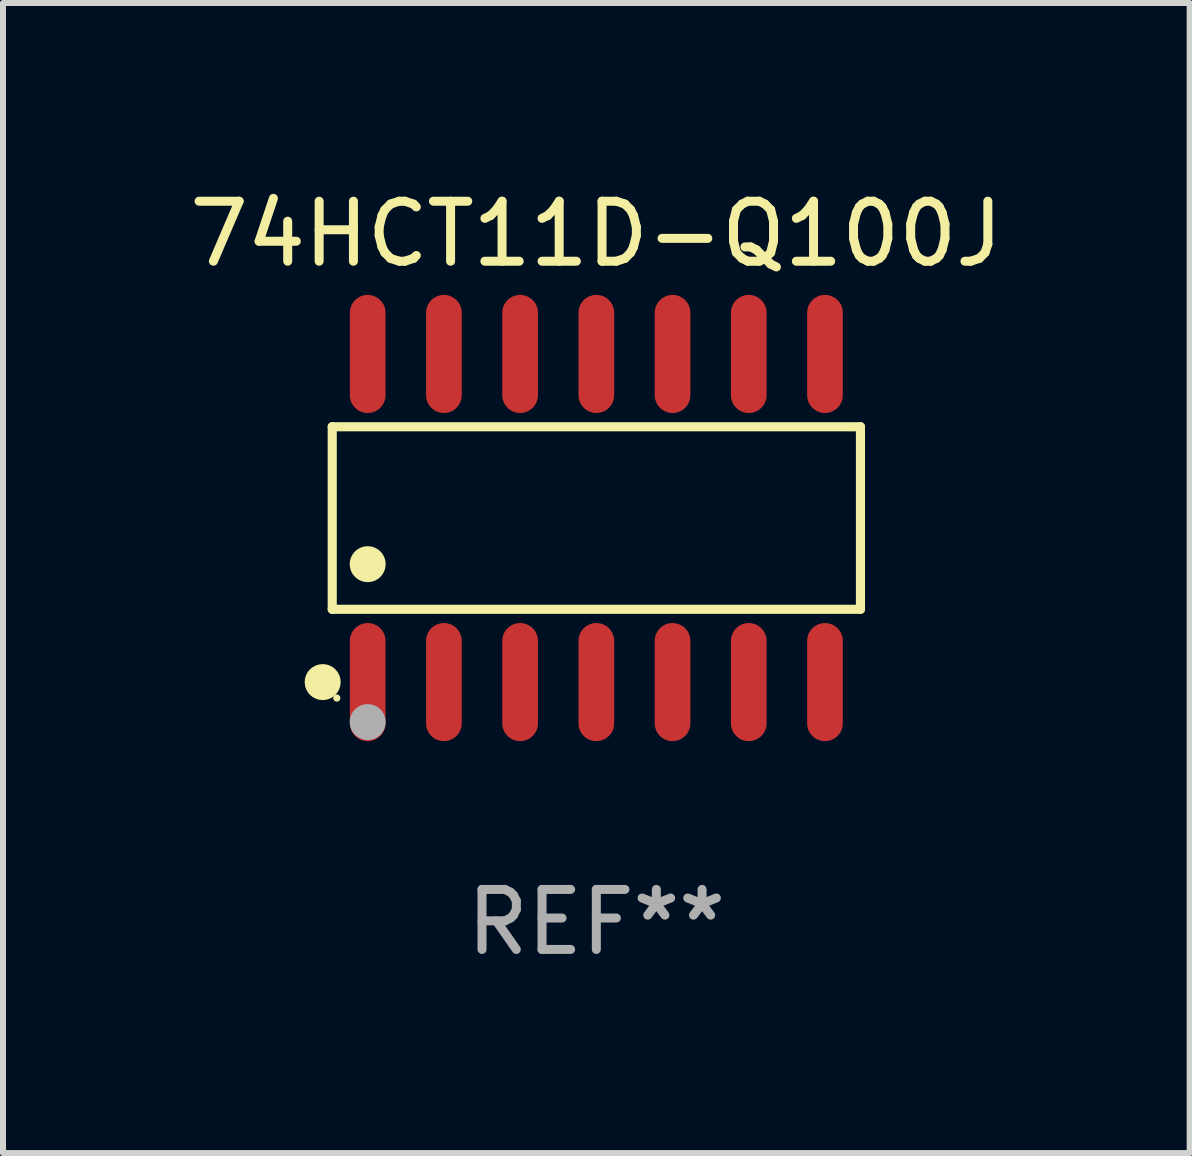
<source format=kicad_pcb>
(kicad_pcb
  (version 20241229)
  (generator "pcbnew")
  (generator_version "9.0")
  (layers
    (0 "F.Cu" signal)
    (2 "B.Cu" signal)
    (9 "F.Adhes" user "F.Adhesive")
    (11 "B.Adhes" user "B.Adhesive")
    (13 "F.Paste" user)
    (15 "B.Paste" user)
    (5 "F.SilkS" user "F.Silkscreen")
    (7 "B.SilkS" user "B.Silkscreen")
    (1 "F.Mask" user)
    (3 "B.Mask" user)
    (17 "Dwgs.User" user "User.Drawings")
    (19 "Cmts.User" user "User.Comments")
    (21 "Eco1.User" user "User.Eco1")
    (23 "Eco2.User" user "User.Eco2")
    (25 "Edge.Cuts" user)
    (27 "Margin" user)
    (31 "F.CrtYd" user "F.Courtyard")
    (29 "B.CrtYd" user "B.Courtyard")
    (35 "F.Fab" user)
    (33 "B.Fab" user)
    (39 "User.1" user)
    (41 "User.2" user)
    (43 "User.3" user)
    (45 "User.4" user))
  (footprint "74HCT11D-Q100J"
    (layer "F.Cu")
    (at 6.887 5.582)
    (property "Reference" "74HCT11D-Q100J" (at 0 -4.734 0) (layer "F.SilkS") (effects (font (size 1 1) (thickness 0.15))))
    (attr through_hole)
    (fp_line (start -4.401 -1.521) (end 4.401 -1.521) (stroke (width 0.152) (type solid)) (layer "F.SilkS"))
    (fp_line (start -4.401 1.521) (end -4.401 -1.521) (stroke (width 0.152) (type solid)) (layer "F.SilkS"))
    (fp_line (start 4.401 -1.521) (end 4.401 1.521) (stroke (width 0.152) (type solid)) (layer "F.SilkS"))
    (fp_line (start 4.401 1.521) (end -4.401 1.521) (stroke (width 0.152) (type solid)) (layer "F.SilkS"))
    (fp_circle (center -4.56 2.734) (end -4.41 2.734) (stroke (width 0.3) (type solid)) (fill no) (layer "F.SilkS"))
    (fp_circle (center -4.325 3) (end -4.295 3) (stroke (width 0.06) (type solid)) (fill no) (layer "F.SilkS"))
    (fp_circle (center -3.81 0.769) (end -3.66 0.769) (stroke (width 0.3) (type solid)) (fill no) (layer "F.SilkS"))
    (fp_circle (center -3.81 3.4) (end -3.66 3.4) (stroke (width 0.3) (type solid)) (fill no) (layer "F.Fab"))
    (fp_text user "REF**" (at 0 6.734 0) (layer "F.Fab") (effects (font (size 1 1) (thickness 0.15))))
    (pad "1" smd oval (at -3.81 2.734) (size 0.595 1.968) (layers "F.Cu" "F.Mask" "F.Paste"))
    (pad "2" smd oval (at -2.54 2.734) (size 0.595 1.968) (layers "F.Cu" "F.Mask" "F.Paste"))
    (pad "3" smd oval (at -1.27 2.734) (size 0.595 1.968) (layers "F.Cu" "F.Mask" "F.Paste"))
    (pad "4" smd oval (at 0 2.734) (size 0.595 1.968) (layers "F.Cu" "F.Mask" "F.Paste"))
    (pad "5" smd oval (at 1.27 2.734) (size 0.595 1.968) (layers "F.Cu" "F.Mask" "F.Paste"))
    (pad "6" smd oval (at 2.54 2.734) (size 0.595 1.968) (layers "F.Cu" "F.Mask" "F.Paste"))
    (pad "7" smd oval (at 3.81 2.734) (size 0.595 1.968) (layers "F.Cu" "F.Mask" "F.Paste"))
    (pad "8" smd oval (at 3.81 -2.734) (size 0.595 1.968) (layers "F.Cu" "F.Mask" "F.Paste"))
    (pad "9" smd oval (at 2.54 -2.734) (size 0.595 1.968) (layers "F.Cu" "F.Mask" "F.Paste"))
    (pad "10" smd oval (at 1.27 -2.734) (size 0.595 1.968) (layers "F.Cu" "F.Mask" "F.Paste"))
    (pad "11" smd oval (at 0 -2.734) (size 0.595 1.968) (layers "F.Cu" "F.Mask" "F.Paste"))
    (pad "12" smd oval (at -1.27 -2.734) (size 0.595 1.968) (layers "F.Cu" "F.Mask" "F.Paste"))
    (pad "13" smd oval (at -2.54 -2.734) (size 0.595 1.968) (layers "F.Cu" "F.Mask" "F.Paste"))
    (pad "14" smd oval (at -3.81 -2.734) (size 0.595 1.968) (layers "F.Cu" "F.Mask" "F.Paste")))
  (gr_rect
    (start -3 -3)
    (end 16.774 16.164)
    (stroke (width 0.1) (type default))
    (fill no)
    (layer "Edge.Cuts")))
</source>
